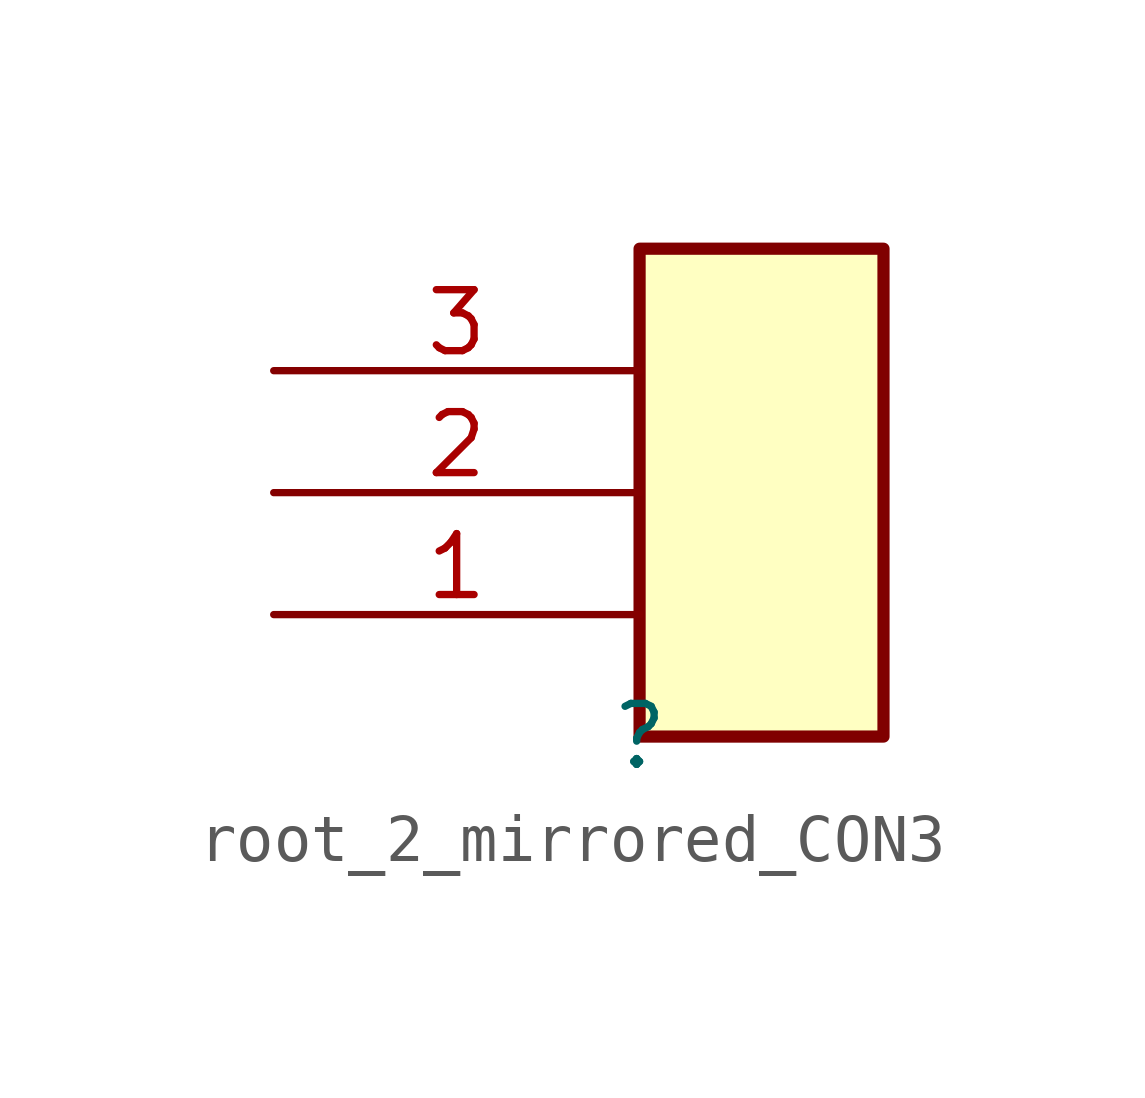
<source format=kicad_sym>
(kicad_symbol_lib
  (version 20231120)
  (generator "kicad_symbol_editor")
  (generator_version "8.0")
  (symbol "root_2_mirrored_CON3"
    (property "Reference" ""
      (at 0 0 0)
      (effects (font (size 1.27 1.27))))
    (property "Value" ""
      (at 0 0 0)
      (effects (font (size 1.27 1.27))))
    (symbol "root_2_mirrored_CON3_1_0"
      (rectangle (start 5.08 10.16) (end 0 0) (stroke (width 0.254) (type solid) (color 128 0 0 1)) (fill (type background)))
      (pin passive line (at -7.62 2.54 0) (length 7.62) (name "1" (effects (font (size 0 0)))) (number "1" (effects (font (size 1.27 1.27)))))
      (pin passive line (at -7.62 5.08 0) (length 7.62) (name "2" (effects (font (size 0 0)))) (number "2" (effects (font (size 1.27 1.27)))))
      (pin passive line (at -7.62 7.62 0) (length 7.62) (name "3" (effects (font (size 0 0)))) (number "3" (effects (font (size 1.27 1.27))))))))
</source>
